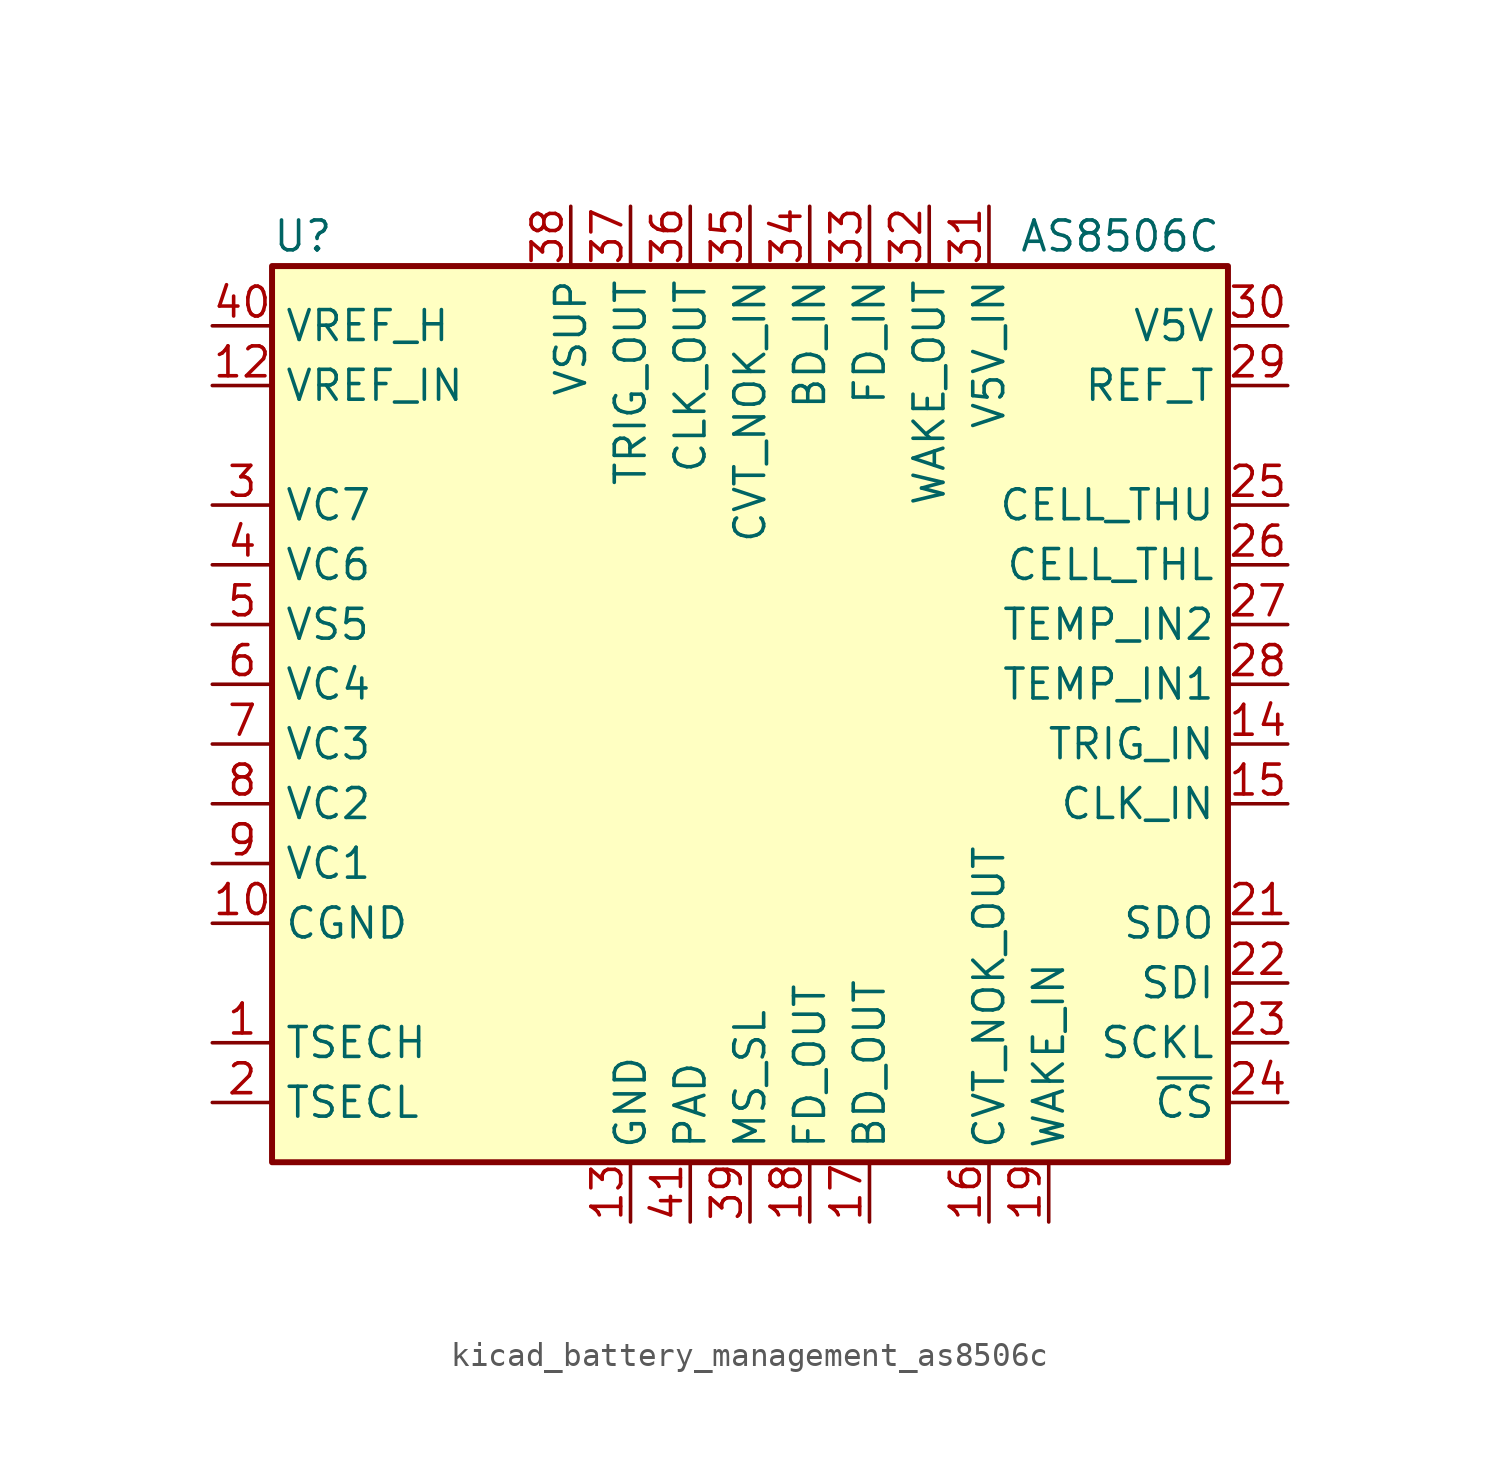
<source format=kicad_sym>
(kicad_symbol_lib
  (version 20220914)
  (generator kicad_symbol_editor)
  (symbol "kicad_battery_management_as8506c"
    (property "Reference" "U"
      (at -20.32 21.59 0)
      (effects (font (size 1.27 1.27)) (justify left)))
    (property "Value" "AS8506C"
      (at 11.43 21.59 0)
      (effects (font (size 1.27 1.27)) (justify left)))
    (symbol "kicad_battery_management_as8506c_0_1"
      (rectangle (start 20.32 -17.78) (end -20.32 20.32) (stroke (width 0.254) (type default)) (fill (type background))))
    (symbol "kicad_battery_management_as8506c_1_1"
      (pin input line (at -22.86 -12.7 0) (length 2.54) (name "TSECH" (effects (font (size 1.27 1.27)))) (number "1" (effects (font (size 1.27 1.27)))))
      (pin input line (at -22.86 -7.62 0) (length 2.54) (name "CGND" (effects (font (size 1.27 1.27)))) (number "10" (effects (font (size 1.27 1.27)))))
      (pin no_connect line (at -10.16 -17.78 90) (length 2.54) hide (name "NC" (effects (font (size 1.27 1.27)))) (number "11" (effects (font (size 1.27 1.27)))))
      (pin input line (at -22.86 15.24 0) (length 2.54) (name "VREF_IN" (effects (font (size 1.27 1.27)))) (number "12" (effects (font (size 1.27 1.27)))))
      (pin power_in line (at -5.08 -20.32 90) (length 2.54) (name "GND" (effects (font (size 1.27 1.27)))) (number "13" (effects (font (size 1.27 1.27)))))
      (pin input line (at 22.86 0 180) (length 2.54) (name "TRIG_IN" (effects (font (size 1.27 1.27)))) (number "14" (effects (font (size 1.27 1.27)))))
      (pin input line (at 22.86 -2.54 180) (length 2.54) (name "CLK_IN" (effects (font (size 1.27 1.27)))) (number "15" (effects (font (size 1.27 1.27)))))
      (pin input line (at 10.16 -20.32 90) (length 2.54) (name "CVT_NOK_OUT" (effects (font (size 1.27 1.27)))) (number "16" (effects (font (size 1.27 1.27)))))
      (pin input line (at 5.08 -20.32 90) (length 2.54) (name "BD_OUT" (effects (font (size 1.27 1.27)))) (number "17" (effects (font (size 1.27 1.27)))))
      (pin input line (at 2.54 -20.32 90) (length 2.54) (name "FD_OUT" (effects (font (size 1.27 1.27)))) (number "18" (effects (font (size 1.27 1.27)))))
      (pin input line (at 12.7 -20.32 90) (length 2.54) (name "WAKE_IN" (effects (font (size 1.27 1.27)))) (number "19" (effects (font (size 1.27 1.27)))))
      (pin input line (at -22.86 -15.24 0) (length 2.54) (name "TSECL" (effects (font (size 1.27 1.27)))) (number "2" (effects (font (size 1.27 1.27)))))
      (pin no_connect line (at -7.62 -17.78 90) (length 2.54) hide (name "NC_T" (effects (font (size 1.27 1.27)))) (number "20" (effects (font (size 1.27 1.27)))))
      (pin output line (at 22.86 -7.62 180) (length 2.54) (name "SDO" (effects (font (size 1.27 1.27)))) (number "21" (effects (font (size 1.27 1.27)))))
      (pin input line (at 22.86 -10.16 180) (length 2.54) (name "SDI" (effects (font (size 1.27 1.27)))) (number "22" (effects (font (size 1.27 1.27)))))
      (pin input line (at 22.86 -12.7 180) (length 2.54) (name "SCKL" (effects (font (size 1.27 1.27)))) (number "23" (effects (font (size 1.27 1.27)))))
      (pin input line (at 22.86 -15.24 180) (length 2.54) (name "~{CS}" (effects (font (size 1.27 1.27)))) (number "24" (effects (font (size 1.27 1.27)))))
      (pin input line (at 22.86 10.16 180) (length 2.54) (name "CELL_THU" (effects (font (size 1.27 1.27)))) (number "25" (effects (font (size 1.27 1.27)))))
      (pin input line (at 22.86 7.62 180) (length 2.54) (name "CELL_THL" (effects (font (size 1.27 1.27)))) (number "26" (effects (font (size 1.27 1.27)))))
      (pin input line (at 22.86 5.08 180) (length 2.54) (name "TEMP_IN2" (effects (font (size 1.27 1.27)))) (number "27" (effects (font (size 1.27 1.27)))))
      (pin input line (at 22.86 2.54 180) (length 2.54) (name "TEMP_IN1" (effects (font (size 1.27 1.27)))) (number "28" (effects (font (size 1.27 1.27)))))
      (pin input line (at 22.86 15.24 180) (length 2.54) (name "REF_T" (effects (font (size 1.27 1.27)))) (number "29" (effects (font (size 1.27 1.27)))))
      (pin input line (at -22.86 10.16 0) (length 2.54) (name "VC7" (effects (font (size 1.27 1.27)))) (number "3" (effects (font (size 1.27 1.27)))))
      (pin input line (at 22.86 17.78 180) (length 2.54) (name "V5V" (effects (font (size 1.27 1.27)))) (number "30" (effects (font (size 1.27 1.27)))))
      (pin input line (at 10.16 22.86 270) (length 2.54) (name "V5V_IN" (effects (font (size 1.27 1.27)))) (number "31" (effects (font (size 1.27 1.27)))))
      (pin input line (at 7.62 22.86 270) (length 2.54) (name "WAKE_OUT" (effects (font (size 1.27 1.27)))) (number "32" (effects (font (size 1.27 1.27)))))
      (pin input line (at 5.08 22.86 270) (length 2.54) (name "FD_IN" (effects (font (size 1.27 1.27)))) (number "33" (effects (font (size 1.27 1.27)))))
      (pin input line (at 2.54 22.86 270) (length 2.54) (name "BD_IN" (effects (font (size 1.27 1.27)))) (number "34" (effects (font (size 1.27 1.27)))))
      (pin input line (at 0 22.86 270) (length 2.54) (name "CVT_NOK_IN" (effects (font (size 1.27 1.27)))) (number "35" (effects (font (size 1.27 1.27)))))
      (pin input line (at -2.54 22.86 270) (length 2.54) (name "CLK_OUT" (effects (font (size 1.27 1.27)))) (number "36" (effects (font (size 1.27 1.27)))))
      (pin input line (at -5.08 22.86 270) (length 2.54) (name "TRIG_OUT" (effects (font (size 1.27 1.27)))) (number "37" (effects (font (size 1.27 1.27)))))
      (pin power_in line (at -7.62 22.86 270) (length 2.54) (name "VSUP" (effects (font (size 1.27 1.27)))) (number "38" (effects (font (size 1.27 1.27)))))
      (pin input line (at 0 -20.32 90) (length 2.54) (name "MS_SL" (effects (font (size 1.27 1.27)))) (number "39" (effects (font (size 1.27 1.27)))))
      (pin input line (at -22.86 7.62 0) (length 2.54) (name "VC6" (effects (font (size 1.27 1.27)))) (number "4" (effects (font (size 1.27 1.27)))))
      (pin input line (at -22.86 17.78 0) (length 2.54) (name "VREF_H" (effects (font (size 1.27 1.27)))) (number "40" (effects (font (size 1.27 1.27)))))
      (pin power_in line (at -2.54 -20.32 90) (length 2.54) (name "PAD" (effects (font (size 1.27 1.27)))) (number "41" (effects (font (size 1.27 1.27)))))
      (pin input line (at -22.86 5.08 0) (length 2.54) (name "VS5" (effects (font (size 1.27 1.27)))) (number "5" (effects (font (size 1.27 1.27)))))
      (pin input line (at -22.86 2.54 0) (length 2.54) (name "VC4" (effects (font (size 1.27 1.27)))) (number "6" (effects (font (size 1.27 1.27)))))
      (pin input line (at -22.86 0 0) (length 2.54) (name "VC3" (effects (font (size 1.27 1.27)))) (number "7" (effects (font (size 1.27 1.27)))))
      (pin input line (at -22.86 -2.54 0) (length 2.54) (name "VC2" (effects (font (size 1.27 1.27)))) (number "8" (effects (font (size 1.27 1.27)))))
      (pin input line (at -22.86 -5.08 0) (length 2.54) (name "VC1" (effects (font (size 1.27 1.27)))) (number "9" (effects (font (size 1.27 1.27))))))))
</source>
